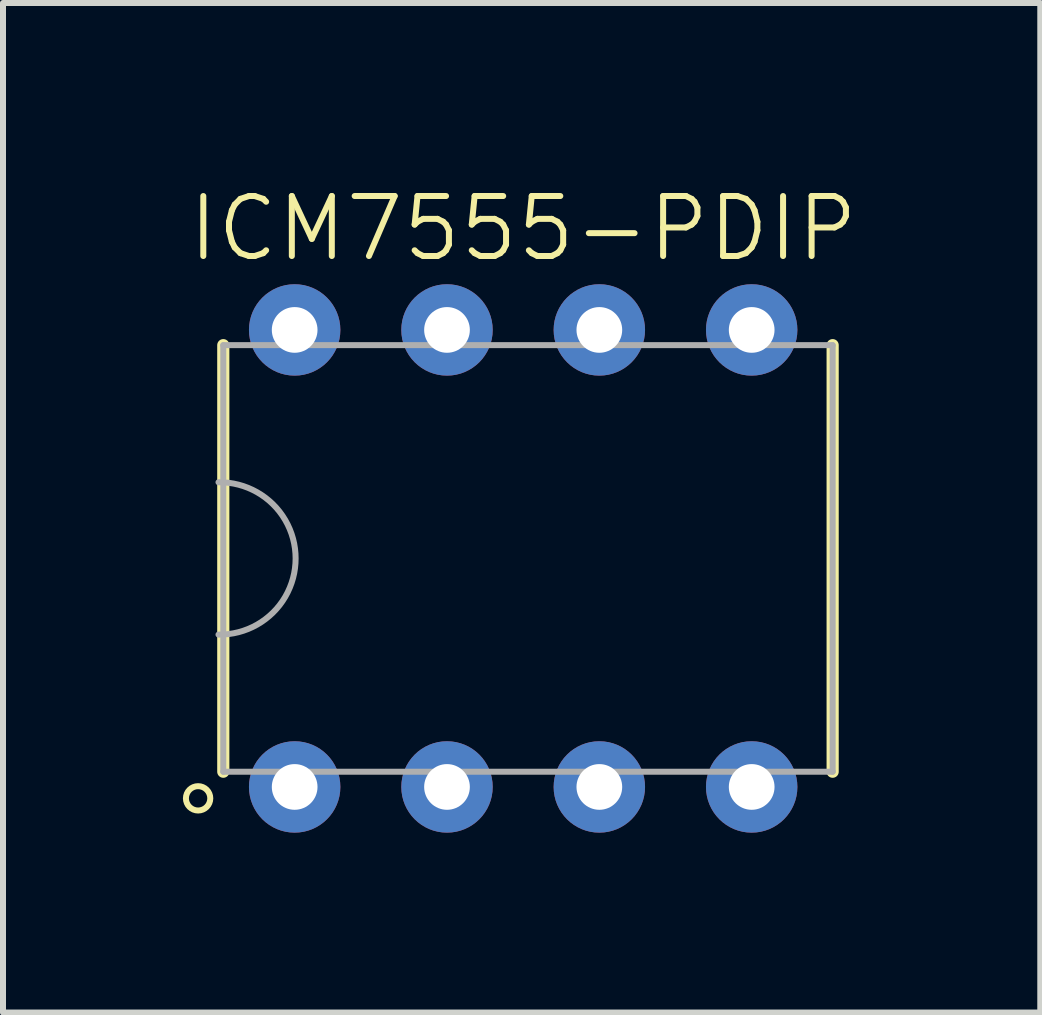
<source format=kicad_pcb>
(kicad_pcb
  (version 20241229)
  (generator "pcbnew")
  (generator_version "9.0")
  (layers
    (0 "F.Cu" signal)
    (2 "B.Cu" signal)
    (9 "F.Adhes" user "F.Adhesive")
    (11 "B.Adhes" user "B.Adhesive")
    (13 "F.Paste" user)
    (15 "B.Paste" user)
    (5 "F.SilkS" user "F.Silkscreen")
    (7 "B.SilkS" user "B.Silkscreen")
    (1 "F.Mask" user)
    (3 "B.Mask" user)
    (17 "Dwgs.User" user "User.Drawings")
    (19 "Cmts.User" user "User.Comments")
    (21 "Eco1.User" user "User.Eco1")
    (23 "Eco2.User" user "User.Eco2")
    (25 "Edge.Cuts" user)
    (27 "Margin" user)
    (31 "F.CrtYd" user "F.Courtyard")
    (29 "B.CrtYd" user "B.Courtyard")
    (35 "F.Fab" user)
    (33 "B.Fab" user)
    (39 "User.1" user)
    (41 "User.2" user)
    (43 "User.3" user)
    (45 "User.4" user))
  (footprint "ICM7555-PDIP"
    (layer "F.Cu")
    (at 5.753 6.261)
    (property "Reference" "ICM7555-PDIP" (at -0.08 -5.5 0) (unlocked yes) (layer "F.SilkS") (effects (font (size 1 1) (thickness 0.1))))
    (attr smd)
    (fp_line (start -5.08 -3.556) (end -5.08 3.556) (stroke (width 0.203) (type default)) (layer "F.SilkS"))
    (fp_line (start 5.08 -3.556) (end 5.08 3.556) (stroke (width 0.203) (type default)) (layer "F.SilkS"))
    (fp_circle (center -5.5 4) (end -5.297 4) (stroke (width 0.1) (type default)) (fill no) (layer "F.SilkS"))
    (fp_line (start -5.08 -3.556) (end -5.08 3.556) (stroke (width 0.1) (type default)) (layer "F.Fab"))
    (fp_line (start -5.08 3.556) (end 5.08 3.556) (stroke (width 0.1) (type default)) (layer "F.Fab"))
    (fp_line (start 5.08 -3.556) (end -5.08 -3.556) (stroke (width 0.1) (type default)) (layer "F.Fab"))
    (fp_line (start 5.08 3.556) (end 5.08 -3.556) (stroke (width 0.1) (type default)) (layer "F.Fab"))
    (fp_arc (start -5.16 -1.27) (mid -3.871606 0) (end -5.16 1.27) (stroke (width 0.1) (type default)) (layer "F.Fab"))
    (pad "1" thru_hole circle (at -3.89 3.81) (size 1.524 1.524) (drill 0.762) (layers "*.Cu" "*.Mask"))
    (pad "2" thru_hole circle (at -1.35 3.81) (size 1.524 1.524) (drill 0.762) (layers "*.Cu" "*.Mask"))
    (pad "3" thru_hole circle (at 1.19 3.81) (size 1.524 1.524) (drill 0.762) (layers "*.Cu" "*.Mask"))
    (pad "4" thru_hole circle (at 3.73 3.81) (size 1.524 1.524) (drill 0.762) (layers "*.Cu" "*.Mask"))
    (pad "5" thru_hole circle (at 3.73 -3.81) (size 1.524 1.524) (drill 0.762) (layers "*.Cu" "*.Mask"))
    (pad "6" thru_hole circle (at 1.19 -3.81) (size 1.524 1.524) (drill 0.762) (layers "*.Cu" "*.Mask"))
    (pad "7" thru_hole circle (at -1.35 -3.81) (size 1.524 1.524) (drill 0.762) (layers "*.Cu" "*.Mask"))
    (pad "8" thru_hole circle (at -3.89 -3.81) (size 1.524 1.524) (drill 0.762) (layers "*.Cu" "*.Mask")))
  (gr_rect
    (start -3 -3)
    (end 14.295 13.832)
    (stroke (width 0.1) (type default))
    (fill no)
    (layer "Edge.Cuts")))
</source>
